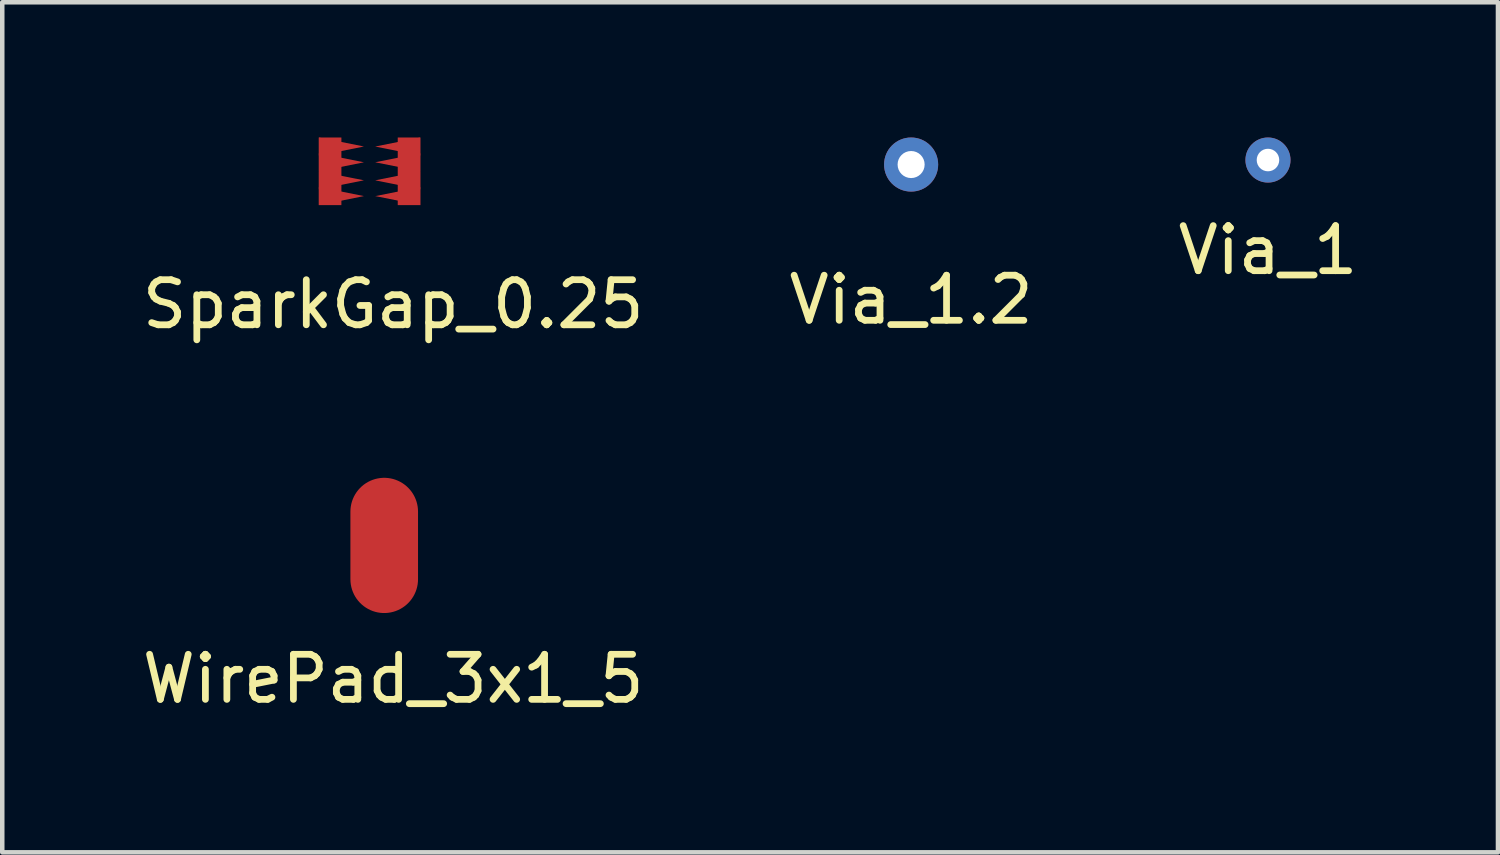
<source format=kicad_pcb>
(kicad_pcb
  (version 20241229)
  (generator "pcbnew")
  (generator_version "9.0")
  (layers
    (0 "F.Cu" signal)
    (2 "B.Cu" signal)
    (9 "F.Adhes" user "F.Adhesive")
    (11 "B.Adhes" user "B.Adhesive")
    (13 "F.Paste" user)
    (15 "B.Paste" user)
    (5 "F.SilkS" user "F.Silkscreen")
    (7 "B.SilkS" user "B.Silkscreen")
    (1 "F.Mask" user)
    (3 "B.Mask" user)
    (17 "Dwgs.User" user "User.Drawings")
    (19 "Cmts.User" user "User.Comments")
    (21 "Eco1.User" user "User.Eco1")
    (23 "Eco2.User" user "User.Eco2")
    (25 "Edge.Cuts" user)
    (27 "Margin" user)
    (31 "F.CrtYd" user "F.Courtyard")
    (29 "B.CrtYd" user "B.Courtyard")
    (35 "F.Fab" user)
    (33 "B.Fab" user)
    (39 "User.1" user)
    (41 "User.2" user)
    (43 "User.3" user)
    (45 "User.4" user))
  (footprint "Via_1"
    (layer "F.Cu")
    (at 25.077 0.5)
    (property "Reference" "Via_1" (at 0 2 0) (layer "F.SilkS") (effects (font (size 1 1) (thickness 0.15))))
    (attr through_hole)
    (pad "0" thru_hole circle (at 0 0) (size 1 1) (drill 0.5) (layers "*.Cu")))
  (footprint "Via_1.2"
    (layer "F.Cu")
    (at 17.161 0.6)
    (property "Reference" "Via_1.2" (at 0 3 0) (layer "F.SilkS") (effects (font (size 1 1) (thickness 0.15))))
    (attr through_hole)
    (pad "0" thru_hole circle (at 0 0) (size 1.2 1.2) (drill 0.6) (layers "*.Cu")))
  (footprint "WirePad_3x1_5"
    (layer "F.Cu")
    (at 5.473 9.049)
    (property "Reference" "WirePad_3x1_5" (at 0.2 2.96 0) (layer "F.SilkS") (effects (font (size 1 1) (thickness 0.15))))
    (attr through_hole)
    (pad "1" smd oval (at 0 0) (size 1.5 3) (layers "F.Cu" "F.Mask" "F.Paste")))
  (footprint "SparkGap_0.25"
    (layer "F.Cu")
    (at 4.023 1.5)
    (property "Reference" "SparkGap_0.25" (at 1.65 2.2 0) (layer "F.SilkS") (effects (font (size 1 1) (thickness 0.15))))
    (attr through_hole)
    (fp_poly (pts (xy 0.5 -1.5) (xy 1.75 -1.5) (xy 1.75 0) (xy 0.5 0)) (stroke (width 0.001) (type solid)) (fill yes) (layer "F.Mask"))
    (pad "1" smd rect (at 0.25 -0.75 180) (size 0.5 1.5) (layers "F.Cu"))
    (pad "1" smd trapezoid (at 0.5 -1.3) (size 1 0.2) (rect_delta 0.2 0) (layers "F.Cu"))
    (pad "1" smd trapezoid (at 0.5 -0.95) (size 1 0.2) (rect_delta 0.2 0) (layers "F.Cu"))
    (pad "1" smd trapezoid (at 0.5 -0.55) (size 1 0.2) (rect_delta 0.2 0) (layers "F.Cu"))
    (pad "1" smd trapezoid (at 0.5 -0.2) (size 1 0.2) (rect_delta 0.2 0) (layers "F.Cu"))
    (pad "2" smd trapezoid (at 1.75 -1.3 180) (size 1 0.2) (rect_delta 0.2 0) (layers "F.Cu"))
    (pad "2" smd trapezoid (at 1.75 -0.95 180) (size 1 0.2) (rect_delta 0.2 0) (layers "F.Cu"))
    (pad "2" smd trapezoid (at 1.75 -0.55 180) (size 1 0.2) (rect_delta 0.2 0) (layers "F.Cu"))
    (pad "2" smd trapezoid (at 1.75 -0.2 180) (size 1 0.2) (rect_delta 0.2 0) (layers "F.Cu"))
    (pad "2" smd rect (at 2 -0.75 180) (size 0.5 1.5) (layers "F.Cu")))
  (gr_rect
    (start -3 -3)
    (end 30.179 15.857)
    (stroke (width 0.1) (type default))
    (fill no)
    (layer "Edge.Cuts")))
</source>
